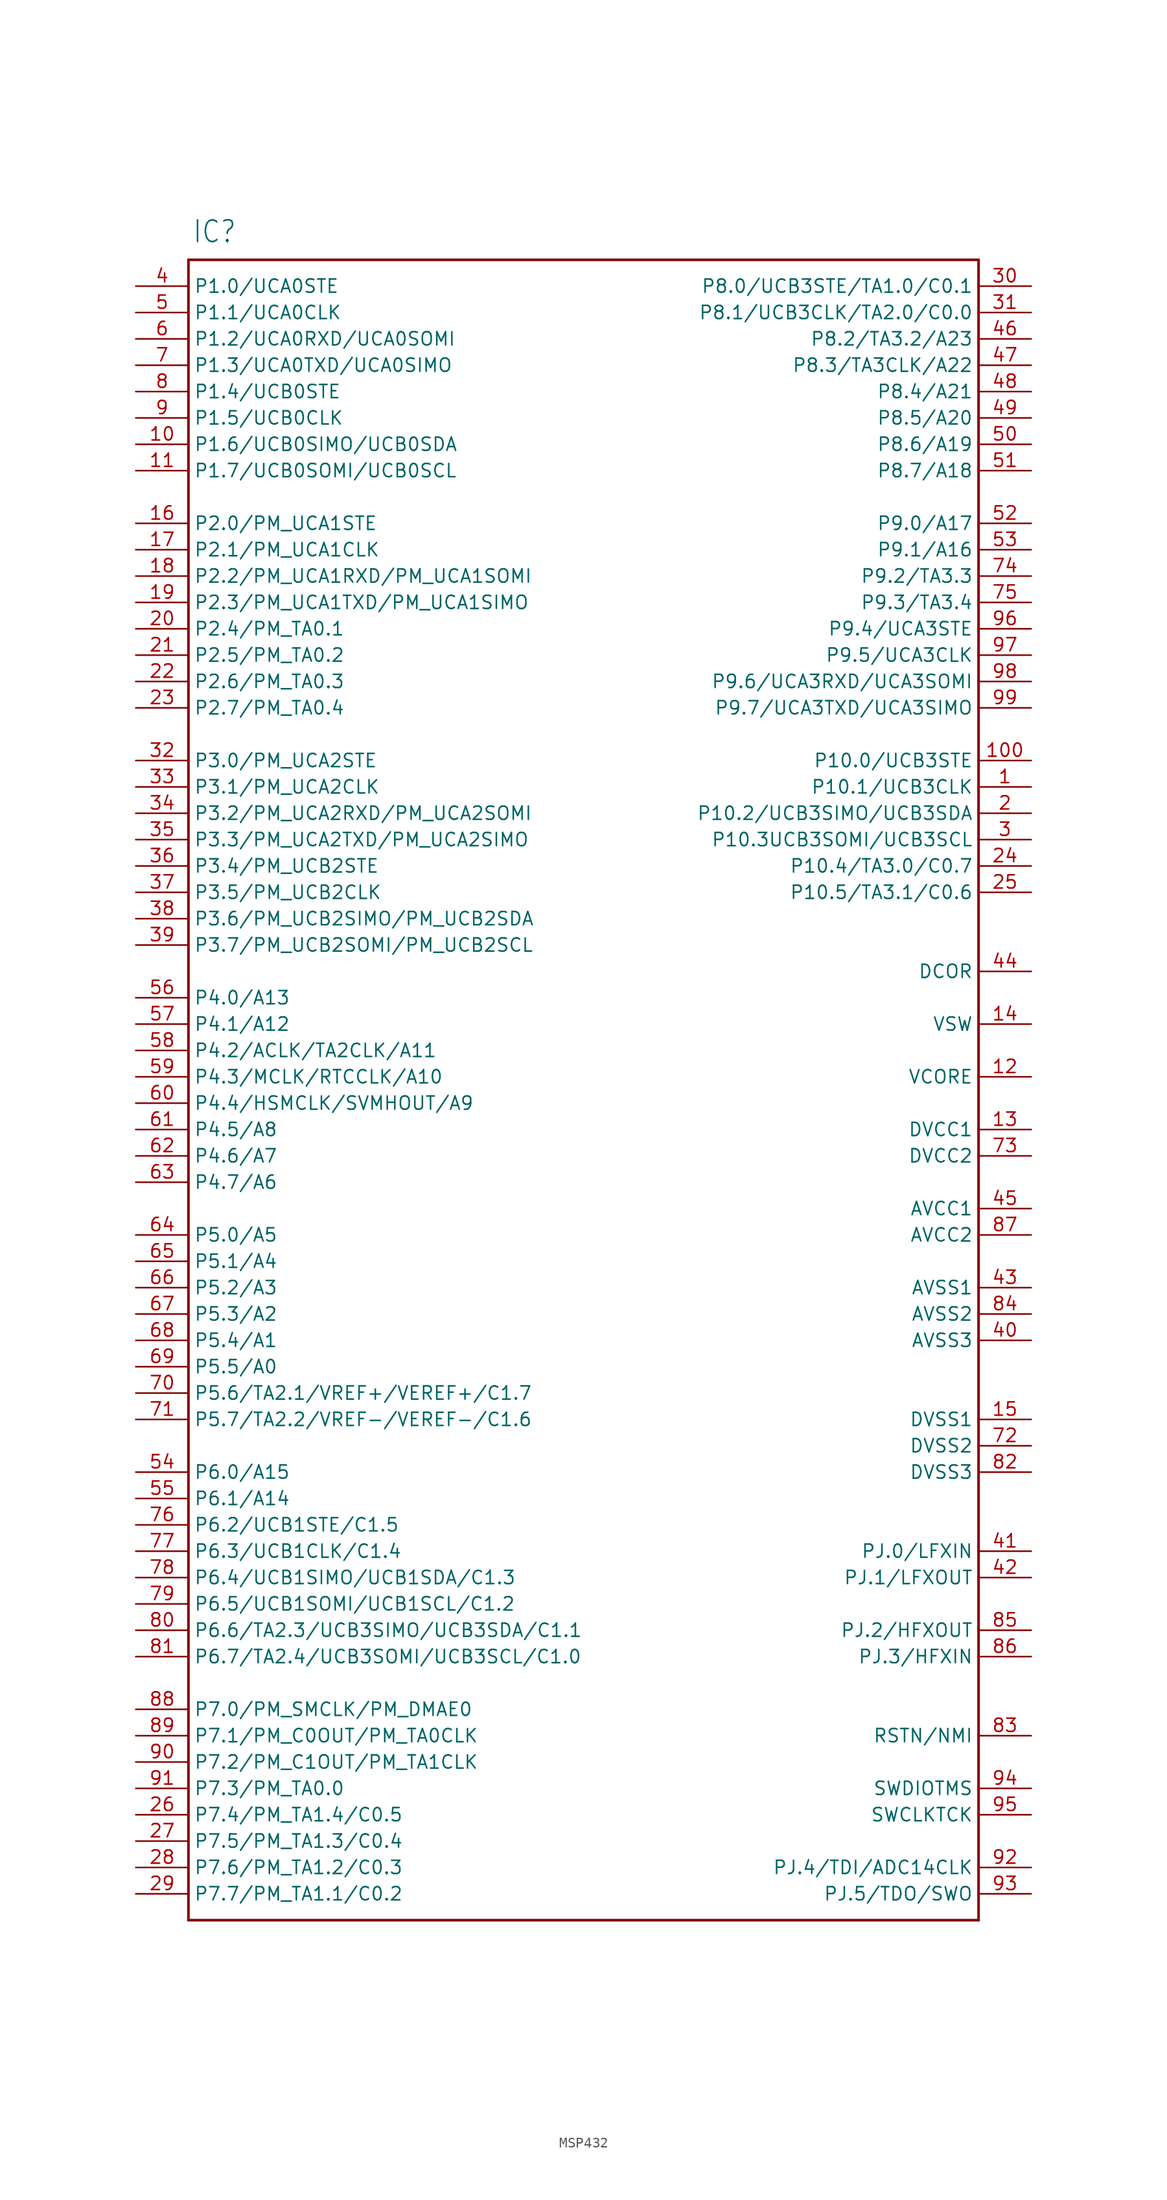
<source format=kicad_sym>
(kicad_symbol_lib
  (version 20241209)
  (generator "kicad_symbol_editor")
  (generator_version "9.0")
  (symbol "MSP432"
    (property "Reference" "IC"
      (at -37.744 72.619 0)
      (effects (font (size 2.083 1.77)) (justify left bottom)))
    (property "Value" ""
      (at -38.684 -92.481 0)
      (effects (font (size 2.083 1.77)) (justify left bottom)))
    (property "ki_locked" ""
      (at 0 0 0)
      (effects (font (size 1.27 1.27))))
    (symbol "MSP432_1_0"
      (polyline (pts (xy -38.1 71.12) (xy -38.1 -88.9)) (stroke (width 0.254) (type solid)) (fill (type none)))
      (polyline (pts (xy -38.1 -88.9) (xy 38.1 -88.9)) (stroke (width 0.254) (type solid)) (fill (type none)))
      (polyline (pts (xy 38.1 71.12) (xy -38.1 71.12)) (stroke (width 0.254) (type solid)) (fill (type none)))
      (polyline (pts (xy 38.1 -88.9) (xy 38.1 71.12)) (stroke (width 0.254) (type solid)) (fill (type none)))
      (pin bidirectional line (at -43.18 68.58 0) (length 5.08) (name "P1.0/UCA0STE" (effects (font (size 1.27 1.27)))) (number "4" (effects (font (size 1.27 1.27)))))
      (pin bidirectional line (at -43.18 66.04 0) (length 5.08) (name "P1.1/UCA0CLK" (effects (font (size 1.27 1.27)))) (number "5" (effects (font (size 1.27 1.27)))))
      (pin bidirectional line (at -43.18 63.5 0) (length 5.08) (name "P1.2/UCA0RXD/UCA0SOMI" (effects (font (size 1.27 1.27)))) (number "6" (effects (font (size 1.27 1.27)))))
      (pin bidirectional line (at -43.18 60.96 0) (length 5.08) (name "P1.3/UCA0TXD/UCA0SIMO" (effects (font (size 1.27 1.27)))) (number "7" (effects (font (size 1.27 1.27)))))
      (pin bidirectional line (at -43.18 58.42 0) (length 5.08) (name "P1.4/UCB0STE" (effects (font (size 1.27 1.27)))) (number "8" (effects (font (size 1.27 1.27)))))
      (pin bidirectional line (at -43.18 55.88 0) (length 5.08) (name "P1.5/UCB0CLK" (effects (font (size 1.27 1.27)))) (number "9" (effects (font (size 1.27 1.27)))))
      (pin bidirectional line (at -43.18 53.34 0) (length 5.08) (name "P1.6/UCB0SIMO/UCB0SDA" (effects (font (size 1.27 1.27)))) (number "10" (effects (font (size 1.27 1.27)))))
      (pin bidirectional line (at -43.18 50.8 0) (length 5.08) (name "P1.7/UCB0SOMI/UCB0SCL" (effects (font (size 1.27 1.27)))) (number "11" (effects (font (size 1.27 1.27)))))
      (pin bidirectional line (at -43.18 45.72 0) (length 5.08) (name "P2.0/PM_UCA1STE" (effects (font (size 1.27 1.27)))) (number "16" (effects (font (size 1.27 1.27)))))
      (pin bidirectional line (at -43.18 43.18 0) (length 5.08) (name "P2.1/PM_UCA1CLK" (effects (font (size 1.27 1.27)))) (number "17" (effects (font (size 1.27 1.27)))))
      (pin bidirectional line (at -43.18 40.64 0) (length 5.08) (name "P2.2/PM_UCA1RXD/PM_UCA1SOMI" (effects (font (size 1.27 1.27)))) (number "18" (effects (font (size 1.27 1.27)))))
      (pin bidirectional line (at -43.18 38.1 0) (length 5.08) (name "P2.3/PM_UCA1TXD/PM_UCA1SIMO" (effects (font (size 1.27 1.27)))) (number "19" (effects (font (size 1.27 1.27)))))
      (pin bidirectional line (at -43.18 35.56 0) (length 5.08) (name "P2.4/PM_TA0.1" (effects (font (size 1.27 1.27)))) (number "20" (effects (font (size 1.27 1.27)))))
      (pin bidirectional line (at -43.18 33.02 0) (length 5.08) (name "P2.5/PM_TA0.2" (effects (font (size 1.27 1.27)))) (number "21" (effects (font (size 1.27 1.27)))))
      (pin bidirectional line (at -43.18 30.48 0) (length 5.08) (name "P2.6/PM_TA0.3" (effects (font (size 1.27 1.27)))) (number "22" (effects (font (size 1.27 1.27)))))
      (pin bidirectional line (at -43.18 27.94 0) (length 5.08) (name "P2.7/PM_TA0.4" (effects (font (size 1.27 1.27)))) (number "23" (effects (font (size 1.27 1.27)))))
      (pin bidirectional line (at -43.18 22.86 0) (length 5.08) (name "P3.0/PM_UCA2STE" (effects (font (size 1.27 1.27)))) (number "32" (effects (font (size 1.27 1.27)))))
      (pin bidirectional line (at -43.18 20.32 0) (length 5.08) (name "P3.1/PM_UCA2CLK" (effects (font (size 1.27 1.27)))) (number "33" (effects (font (size 1.27 1.27)))))
      (pin bidirectional line (at -43.18 17.78 0) (length 5.08) (name "P3.2/PM_UCA2RXD/PM_UCA2SOMI" (effects (font (size 1.27 1.27)))) (number "34" (effects (font (size 1.27 1.27)))))
      (pin bidirectional line (at -43.18 15.24 0) (length 5.08) (name "P3.3/PM_UCA2TXD/PM_UCA2SIMO" (effects (font (size 1.27 1.27)))) (number "35" (effects (font (size 1.27 1.27)))))
      (pin bidirectional line (at -43.18 12.7 0) (length 5.08) (name "P3.4/PM_UCB2STE" (effects (font (size 1.27 1.27)))) (number "36" (effects (font (size 1.27 1.27)))))
      (pin bidirectional line (at -43.18 10.16 0) (length 5.08) (name "P3.5/PM_UCB2CLK" (effects (font (size 1.27 1.27)))) (number "37" (effects (font (size 1.27 1.27)))))
      (pin bidirectional line (at -43.18 7.62 0) (length 5.08) (name "P3.6/PM_UCB2SIMO/PM_UCB2SDA" (effects (font (size 1.27 1.27)))) (number "38" (effects (font (size 1.27 1.27)))))
      (pin bidirectional line (at -43.18 5.08 0) (length 5.08) (name "P3.7/PM_UCB2SOMI/PM_UCB2SCL" (effects (font (size 1.27 1.27)))) (number "39" (effects (font (size 1.27 1.27)))))
      (pin bidirectional line (at -43.18 0 0) (length 5.08) (name "P4.0/A13" (effects (font (size 1.27 1.27)))) (number "56" (effects (font (size 1.27 1.27)))))
      (pin bidirectional line (at -43.18 -2.54 0) (length 5.08) (name "P4.1/A12" (effects (font (size 1.27 1.27)))) (number "57" (effects (font (size 1.27 1.27)))))
      (pin bidirectional line (at -43.18 -5.08 0) (length 5.08) (name "P4.2/ACLK/TA2CLK/A11" (effects (font (size 1.27 1.27)))) (number "58" (effects (font (size 1.27 1.27)))))
      (pin bidirectional line (at -43.18 -7.62 0) (length 5.08) (name "P4.3/MCLK/RTCCLK/A10" (effects (font (size 1.27 1.27)))) (number "59" (effects (font (size 1.27 1.27)))))
      (pin bidirectional line (at -43.18 -10.16 0) (length 5.08) (name "P4.4/HSMCLK/SVMHOUT/A9" (effects (font (size 1.27 1.27)))) (number "60" (effects (font (size 1.27 1.27)))))
      (pin bidirectional line (at -43.18 -12.7 0) (length 5.08) (name "P4.5/A8" (effects (font (size 1.27 1.27)))) (number "61" (effects (font (size 1.27 1.27)))))
      (pin bidirectional line (at -43.18 -15.24 0) (length 5.08) (name "P4.6/A7" (effects (font (size 1.27 1.27)))) (number "62" (effects (font (size 1.27 1.27)))))
      (pin bidirectional line (at -43.18 -17.78 0) (length 5.08) (name "P4.7/A6" (effects (font (size 1.27 1.27)))) (number "63" (effects (font (size 1.27 1.27)))))
      (pin bidirectional line (at -43.18 -22.86 0) (length 5.08) (name "P5.0/A5" (effects (font (size 1.27 1.27)))) (number "64" (effects (font (size 1.27 1.27)))))
      (pin bidirectional line (at -43.18 -25.4 0) (length 5.08) (name "P5.1/A4" (effects (font (size 1.27 1.27)))) (number "65" (effects (font (size 1.27 1.27)))))
      (pin bidirectional line (at -43.18 -27.94 0) (length 5.08) (name "P5.2/A3" (effects (font (size 1.27 1.27)))) (number "66" (effects (font (size 1.27 1.27)))))
      (pin bidirectional line (at -43.18 -30.48 0) (length 5.08) (name "P5.3/A2" (effects (font (size 1.27 1.27)))) (number "67" (effects (font (size 1.27 1.27)))))
      (pin bidirectional line (at -43.18 -33.02 0) (length 5.08) (name "P5.4/A1" (effects (font (size 1.27 1.27)))) (number "68" (effects (font (size 1.27 1.27)))))
      (pin bidirectional line (at -43.18 -35.56 0) (length 5.08) (name "P5.5/A0" (effects (font (size 1.27 1.27)))) (number "69" (effects (font (size 1.27 1.27)))))
      (pin bidirectional line (at -43.18 -38.1 0) (length 5.08) (name "P5.6/TA2.1/VREF+/VEREF+/C1.7" (effects (font (size 1.27 1.27)))) (number "70" (effects (font (size 1.27 1.27)))))
      (pin bidirectional line (at -43.18 -40.64 0) (length 5.08) (name "P5.7/TA2.2/VREF-/VEREF-/C1.6" (effects (font (size 1.27 1.27)))) (number "71" (effects (font (size 1.27 1.27)))))
      (pin bidirectional line (at -43.18 -45.72 0) (length 5.08) (name "P6.0/A15" (effects (font (size 1.27 1.27)))) (number "54" (effects (font (size 1.27 1.27)))))
      (pin bidirectional line (at -43.18 -48.26 0) (length 5.08) (name "P6.1/A14" (effects (font (size 1.27 1.27)))) (number "55" (effects (font (size 1.27 1.27)))))
      (pin bidirectional line (at -43.18 -50.8 0) (length 5.08) (name "P6.2/UCB1STE/C1.5" (effects (font (size 1.27 1.27)))) (number "76" (effects (font (size 1.27 1.27)))))
      (pin bidirectional line (at -43.18 -53.34 0) (length 5.08) (name "P6.3/UCB1CLK/C1.4" (effects (font (size 1.27 1.27)))) (number "77" (effects (font (size 1.27 1.27)))))
      (pin bidirectional line (at -43.18 -55.88 0) (length 5.08) (name "P6.4/UCB1SIMO/UCB1SDA/C1.3" (effects (font (size 1.27 1.27)))) (number "78" (effects (font (size 1.27 1.27)))))
      (pin bidirectional line (at -43.18 -58.42 0) (length 5.08) (name "P6.5/UCB1SOMI/UCB1SCL/C1.2" (effects (font (size 1.27 1.27)))) (number "79" (effects (font (size 1.27 1.27)))))
      (pin bidirectional line (at -43.18 -60.96 0) (length 5.08) (name "P6.6/TA2.3/UCB3SIMO/UCB3SDA/C1.1" (effects (font (size 1.27 1.27)))) (number "80" (effects (font (size 1.27 1.27)))))
      (pin bidirectional line (at -43.18 -63.5 0) (length 5.08) (name "P6.7/TA2.4/UCB3SOMI/UCB3SCL/C1.0" (effects (font (size 1.27 1.27)))) (number "81" (effects (font (size 1.27 1.27)))))
      (pin bidirectional line (at -43.18 -68.58 0) (length 5.08) (name "P7.0/PM_SMCLK/PM_DMAE0" (effects (font (size 1.27 1.27)))) (number "88" (effects (font (size 1.27 1.27)))))
      (pin bidirectional line (at -43.18 -71.12 0) (length 5.08) (name "P7.1/PM_C0OUT/PM_TA0CLK" (effects (font (size 1.27 1.27)))) (number "89" (effects (font (size 1.27 1.27)))))
      (pin bidirectional line (at -43.18 -73.66 0) (length 5.08) (name "P7.2/PM_C1OUT/PM_TA1CLK" (effects (font (size 1.27 1.27)))) (number "90" (effects (font (size 1.27 1.27)))))
      (pin bidirectional line (at -43.18 -76.2 0) (length 5.08) (name "P7.3/PM_TA0.0" (effects (font (size 1.27 1.27)))) (number "91" (effects (font (size 1.27 1.27)))))
      (pin bidirectional line (at -43.18 -78.74 0) (length 5.08) (name "P7.4/PM_TA1.4/C0.5" (effects (font (size 1.27 1.27)))) (number "26" (effects (font (size 1.27 1.27)))))
      (pin bidirectional line (at -43.18 -81.28 0) (length 5.08) (name "P7.5/PM_TA1.3/C0.4" (effects (font (size 1.27 1.27)))) (number "27" (effects (font (size 1.27 1.27)))))
      (pin bidirectional line (at -43.18 -83.82 0) (length 5.08) (name "P7.6/PM_TA1.2/C0.3" (effects (font (size 1.27 1.27)))) (number "28" (effects (font (size 1.27 1.27)))))
      (pin bidirectional line (at -43.18 -86.36 0) (length 5.08) (name "P7.7/PM_TA1.1/C0.2" (effects (font (size 1.27 1.27)))) (number "29" (effects (font (size 1.27 1.27)))))
      (pin bidirectional line (at 43.18 68.58 180) (length 5.08) (name "P8.0/UCB3STE/TA1.0/C0.1" (effects (font (size 1.27 1.27)))) (number "30" (effects (font (size 1.27 1.27)))))
      (pin bidirectional line (at 43.18 66.04 180) (length 5.08) (name "P8.1/UCB3CLK/TA2.0/C0.0" (effects (font (size 1.27 1.27)))) (number "31" (effects (font (size 1.27 1.27)))))
      (pin bidirectional line (at 43.18 63.5 180) (length 5.08) (name "P8.2/TA3.2/A23" (effects (font (size 1.27 1.27)))) (number "46" (effects (font (size 1.27 1.27)))))
      (pin bidirectional line (at 43.18 60.96 180) (length 5.08) (name "P8.3/TA3CLK/A22" (effects (font (size 1.27 1.27)))) (number "47" (effects (font (size 1.27 1.27)))))
      (pin bidirectional line (at 43.18 58.42 180) (length 5.08) (name "P8.4/A21" (effects (font (size 1.27 1.27)))) (number "48" (effects (font (size 1.27 1.27)))))
      (pin bidirectional line (at 43.18 55.88 180) (length 5.08) (name "P8.5/A20" (effects (font (size 1.27 1.27)))) (number "49" (effects (font (size 1.27 1.27)))))
      (pin bidirectional line (at 43.18 53.34 180) (length 5.08) (name "P8.6/A19" (effects (font (size 1.27 1.27)))) (number "50" (effects (font (size 1.27 1.27)))))
      (pin bidirectional line (at 43.18 50.8 180) (length 5.08) (name "P8.7/A18" (effects (font (size 1.27 1.27)))) (number "51" (effects (font (size 1.27 1.27)))))
      (pin bidirectional line (at 43.18 45.72 180) (length 5.08) (name "P9.0/A17" (effects (font (size 1.27 1.27)))) (number "52" (effects (font (size 1.27 1.27)))))
      (pin bidirectional line (at 43.18 43.18 180) (length 5.08) (name "P9.1/A16" (effects (font (size 1.27 1.27)))) (number "53" (effects (font (size 1.27 1.27)))))
      (pin bidirectional line (at 43.18 40.64 180) (length 5.08) (name "P9.2/TA3.3" (effects (font (size 1.27 1.27)))) (number "74" (effects (font (size 1.27 1.27)))))
      (pin bidirectional line (at 43.18 38.1 180) (length 5.08) (name "P9.3/TA3.4" (effects (font (size 1.27 1.27)))) (number "75" (effects (font (size 1.27 1.27)))))
      (pin bidirectional line (at 43.18 35.56 180) (length 5.08) (name "P9.4/UCA3STE" (effects (font (size 1.27 1.27)))) (number "96" (effects (font (size 1.27 1.27)))))
      (pin bidirectional line (at 43.18 33.02 180) (length 5.08) (name "P9.5/UCA3CLK" (effects (font (size 1.27 1.27)))) (number "97" (effects (font (size 1.27 1.27)))))
      (pin bidirectional line (at 43.18 30.48 180) (length 5.08) (name "P9.6/UCA3RXD/UCA3SOMI" (effects (font (size 1.27 1.27)))) (number "98" (effects (font (size 1.27 1.27)))))
      (pin bidirectional line (at 43.18 27.94 180) (length 5.08) (name "P9.7/UCA3TXD/UCA3SIMO" (effects (font (size 1.27 1.27)))) (number "99" (effects (font (size 1.27 1.27)))))
      (pin bidirectional line (at 43.18 22.86 180) (length 5.08) (name "P10.0/UCB3STE" (effects (font (size 1.27 1.27)))) (number "100" (effects (font (size 1.27 1.27)))))
      (pin bidirectional line (at 43.18 20.32 180) (length 5.08) (name "P10.1/UCB3CLK" (effects (font (size 1.27 1.27)))) (number "1" (effects (font (size 1.27 1.27)))))
      (pin bidirectional line (at 43.18 17.78 180) (length 5.08) (name "P10.2/UCB3SIMO/UCB3SDA" (effects (font (size 1.27 1.27)))) (number "2" (effects (font (size 1.27 1.27)))))
      (pin bidirectional line (at 43.18 15.24 180) (length 5.08) (name "P10.3UCB3SOMI/UCB3SCL" (effects (font (size 1.27 1.27)))) (number "3" (effects (font (size 1.27 1.27)))))
      (pin bidirectional line (at 43.18 12.7 180) (length 5.08) (name "P10.4/TA3.0/C0.7" (effects (font (size 1.27 1.27)))) (number "24" (effects (font (size 1.27 1.27)))))
      (pin bidirectional line (at 43.18 10.16 180) (length 5.08) (name "P10.5/TA3.1/C0.6" (effects (font (size 1.27 1.27)))) (number "25" (effects (font (size 1.27 1.27)))))
      (pin bidirectional line (at 43.18 2.54 180) (length 5.08) (name "DCOR" (effects (font (size 1.27 1.27)))) (number "44" (effects (font (size 1.27 1.27)))))
      (pin bidirectional line (at 43.18 -2.54 180) (length 5.08) (name "VSW" (effects (font (size 1.27 1.27)))) (number "14" (effects (font (size 1.27 1.27)))))
      (pin bidirectional line (at 43.18 -7.62 180) (length 5.08) (name "VCORE" (effects (font (size 1.27 1.27)))) (number "12" (effects (font (size 1.27 1.27)))))
      (pin bidirectional line (at 43.18 -12.7 180) (length 5.08) (name "DVCC1" (effects (font (size 1.27 1.27)))) (number "13" (effects (font (size 1.27 1.27)))))
      (pin bidirectional line (at 43.18 -15.24 180) (length 5.08) (name "DVCC2" (effects (font (size 1.27 1.27)))) (number "73" (effects (font (size 1.27 1.27)))))
      (pin bidirectional line (at 43.18 -20.32 180) (length 5.08) (name "AVCC1" (effects (font (size 1.27 1.27)))) (number "45" (effects (font (size 1.27 1.27)))))
      (pin bidirectional line (at 43.18 -22.86 180) (length 5.08) (name "AVCC2" (effects (font (size 1.27 1.27)))) (number "87" (effects (font (size 1.27 1.27)))))
      (pin bidirectional line (at 43.18 -27.94 180) (length 5.08) (name "AVSS1" (effects (font (size 1.27 1.27)))) (number "43" (effects (font (size 1.27 1.27)))))
      (pin bidirectional line (at 43.18 -30.48 180) (length 5.08) (name "AVSS2" (effects (font (size 1.27 1.27)))) (number "84" (effects (font (size 1.27 1.27)))))
      (pin bidirectional line (at 43.18 -33.02 180) (length 5.08) (name "AVSS3" (effects (font (size 1.27 1.27)))) (number "40" (effects (font (size 1.27 1.27)))))
      (pin bidirectional line (at 43.18 -40.64 180) (length 5.08) (name "DVSS1" (effects (font (size 1.27 1.27)))) (number "15" (effects (font (size 1.27 1.27)))))
      (pin bidirectional line (at 43.18 -43.18 180) (length 5.08) (name "DVSS2" (effects (font (size 1.27 1.27)))) (number "72" (effects (font (size 1.27 1.27)))))
      (pin bidirectional line (at 43.18 -45.72 180) (length 5.08) (name "DVSS3" (effects (font (size 1.27 1.27)))) (number "82" (effects (font (size 1.27 1.27)))))
      (pin bidirectional line (at 43.18 -53.34 180) (length 5.08) (name "PJ.0/LFXIN" (effects (font (size 1.27 1.27)))) (number "41" (effects (font (size 1.27 1.27)))))
      (pin bidirectional line (at 43.18 -55.88 180) (length 5.08) (name "PJ.1/LFXOUT" (effects (font (size 1.27 1.27)))) (number "42" (effects (font (size 1.27 1.27)))))
      (pin bidirectional line (at 43.18 -60.96 180) (length 5.08) (name "PJ.2/HFXOUT" (effects (font (size 1.27 1.27)))) (number "85" (effects (font (size 1.27 1.27)))))
      (pin bidirectional line (at 43.18 -63.5 180) (length 5.08) (name "PJ.3/HFXIN" (effects (font (size 1.27 1.27)))) (number "86" (effects (font (size 1.27 1.27)))))
      (pin bidirectional line (at 43.18 -71.12 180) (length 5.08) (name "RSTN/NMI" (effects (font (size 1.27 1.27)))) (number "83" (effects (font (size 1.27 1.27)))))
      (pin bidirectional line (at 43.18 -76.2 180) (length 5.08) (name "SWDIOTMS" (effects (font (size 1.27 1.27)))) (number "94" (effects (font (size 1.27 1.27)))))
      (pin bidirectional line (at 43.18 -78.74 180) (length 5.08) (name "SWCLKTCK" (effects (font (size 1.27 1.27)))) (number "95" (effects (font (size 1.27 1.27)))))
      (pin bidirectional line (at 43.18 -83.82 180) (length 5.08) (name "PJ.4/TDI/ADC14CLK" (effects (font (size 1.27 1.27)))) (number "92" (effects (font (size 1.27 1.27)))))
      (pin bidirectional line (at 43.18 -86.36 180) (length 5.08) (name "PJ.5/TDO/SWO" (effects (font (size 1.27 1.27)))) (number "93" (effects (font (size 1.27 1.27))))))))
</source>
